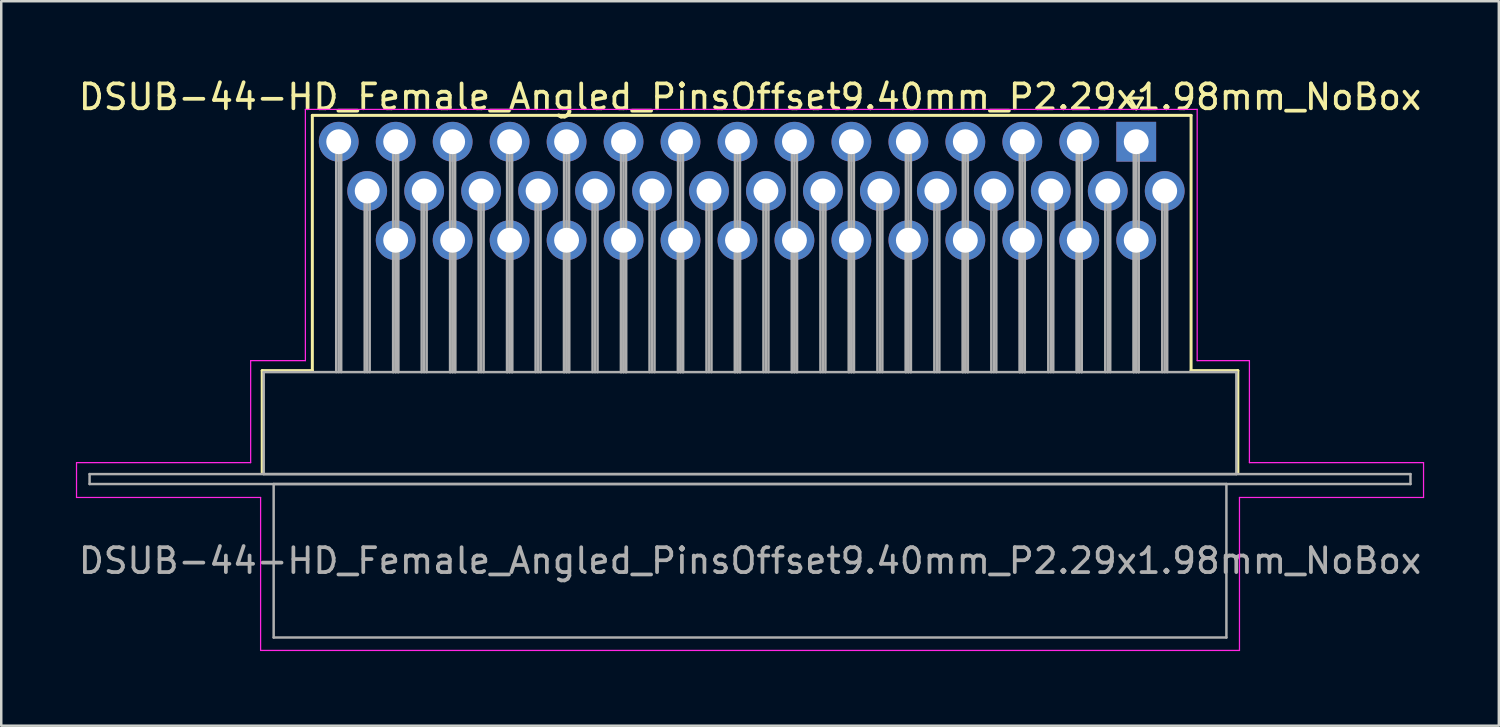
<source format=kicad_pcb>
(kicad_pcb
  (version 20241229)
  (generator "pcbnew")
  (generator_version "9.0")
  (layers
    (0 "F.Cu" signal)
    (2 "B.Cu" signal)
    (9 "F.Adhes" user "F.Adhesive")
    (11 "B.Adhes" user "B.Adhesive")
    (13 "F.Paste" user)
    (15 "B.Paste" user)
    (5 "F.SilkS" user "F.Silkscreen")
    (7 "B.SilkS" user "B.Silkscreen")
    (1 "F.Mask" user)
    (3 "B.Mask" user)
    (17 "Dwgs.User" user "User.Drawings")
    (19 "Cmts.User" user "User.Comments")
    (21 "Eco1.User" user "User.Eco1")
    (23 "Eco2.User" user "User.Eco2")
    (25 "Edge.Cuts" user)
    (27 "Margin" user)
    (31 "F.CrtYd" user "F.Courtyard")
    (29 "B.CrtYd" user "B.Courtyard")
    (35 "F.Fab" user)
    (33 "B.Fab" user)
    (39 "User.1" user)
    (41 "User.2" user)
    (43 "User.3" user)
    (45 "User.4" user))
  (footprint "DSUB-44-HD_Female_Angled_PinsOffset9.40mm_P2.29x1.98mm_NoBox"
    (layer "F.Cu")
    (at 42.626 2.648)
    (property "Reference" "DSUB-44-HD_Female_Angled_PinsOffset9.40mm_P2.29x1.98mm_NoBox" (at -15.525 -1.8 0) (layer "F.SilkS") (effects (font (size 1 1) (thickness 0.15))))
    (attr through_hole)
    (fp_line (start -35.135 9.2) (end -33.12 9.2) (stroke (width 0.12) (type solid)) (layer "F.SilkS"))
    (fp_line (start -35.135 13.3) (end -35.135 9.2) (stroke (width 0.12) (type solid)) (layer "F.SilkS"))
    (fp_line (start -33.12 -1.06) (end 2.205 -1.06) (stroke (width 0.12) (type solid)) (layer "F.SilkS"))
    (fp_line (start -33.12 9.2) (end -33.12 -1.06) (stroke (width 0.12) (type solid)) (layer "F.SilkS"))
    (fp_line (start -0.25 -1.754) (end 0.25 -1.754) (stroke (width 0.12) (type solid)) (layer "F.SilkS"))
    (fp_line (start 0 -1.321) (end -0.25 -1.754) (stroke (width 0.12) (type solid)) (layer "F.SilkS"))
    (fp_line (start 0.25 -1.754) (end 0 -1.321) (stroke (width 0.12) (type solid)) (layer "F.SilkS"))
    (fp_line (start 2.205 -1.06) (end 2.205 9.2) (stroke (width 0.12) (type solid)) (layer "F.SilkS"))
    (fp_line (start 2.205 9.2) (end 4.085 9.2) (stroke (width 0.12) (type solid)) (layer "F.SilkS"))
    (fp_line (start 4.085 9.2) (end 4.085 13.3) (stroke (width 0.12) (type solid)) (layer "F.SilkS"))
    (fp_line (start -42.6 12.9) (end -35.6 12.9) (stroke (width 0.05) (type solid)) (layer "F.CrtYd"))
    (fp_line (start -42.6 14.3) (end -42.6 12.9) (stroke (width 0.05) (type solid)) (layer "F.CrtYd"))
    (fp_line (start -35.6 8.8) (end -33.4 8.8) (stroke (width 0.05) (type solid)) (layer "F.CrtYd"))
    (fp_line (start -35.6 12.9) (end -35.6 8.8) (stroke (width 0.05) (type solid)) (layer "F.CrtYd"))
    (fp_line (start -35.2 14.3) (end -42.6 14.3) (stroke (width 0.05) (type solid)) (layer "F.CrtYd"))
    (fp_line (start -35.2 20.45) (end -35.2 14.3) (stroke (width 0.05) (type solid)) (layer "F.CrtYd"))
    (fp_line (start -33.4 -1.3) (end 2.45 -1.3) (stroke (width 0.05) (type solid)) (layer "F.CrtYd"))
    (fp_line (start -33.4 8.8) (end -33.4 -1.3) (stroke (width 0.05) (type solid)) (layer "F.CrtYd"))
    (fp_line (start 2.45 -1.3) (end 2.45 8.8) (stroke (width 0.05) (type solid)) (layer "F.CrtYd"))
    (fp_line (start 2.45 8.8) (end 4.55 8.8) (stroke (width 0.05) (type solid)) (layer "F.CrtYd"))
    (fp_line (start 4.15 14.3) (end 4.15 20.45) (stroke (width 0.05) (type solid)) (layer "F.CrtYd"))
    (fp_line (start 4.15 20.45) (end -35.2 20.45) (stroke (width 0.05) (type solid)) (layer "F.CrtYd"))
    (fp_line (start 4.55 8.8) (end 4.55 12.9) (stroke (width 0.05) (type solid)) (layer "F.CrtYd"))
    (fp_line (start 4.55 12.9) (end 11.55 12.9) (stroke (width 0.05) (type solid)) (layer "F.CrtYd"))
    (fp_line (start 11.55 12.9) (end 11.55 14.3) (stroke (width 0.05) (type solid)) (layer "F.CrtYd"))
    (fp_line (start 11.55 14.3) (end 4.15 14.3) (stroke (width 0.05) (type solid)) (layer "F.CrtYd"))
    (fp_line (start -42.075 13.36) (end -42.075 13.76) (stroke (width 0.1) (type solid)) (layer "F.Fab"))
    (fp_line (start -42.075 13.76) (end 11.025 13.76) (stroke (width 0.1) (type solid)) (layer "F.Fab"))
    (fp_line (start -35.075 9.26) (end -35.075 13.36) (stroke (width 0.1) (type solid)) (layer "F.Fab"))
    (fp_line (start -35.075 13.36) (end 4.025 13.36) (stroke (width 0.1) (type solid)) (layer "F.Fab"))
    (fp_line (start -34.675 13.76) (end -34.675 19.93) (stroke (width 0.1) (type solid)) (layer "F.Fab"))
    (fp_line (start -34.675 19.93) (end 3.625 19.93) (stroke (width 0.1) (type solid)) (layer "F.Fab"))
    (fp_line (start -32.16 0) (end -32.16 9.26) (stroke (width 0.1) (type solid)) (layer "F.Fab"))
    (fp_line (start -32.06 0) (end -32.06 9.26) (stroke (width 0.1) (type solid)) (layer "F.Fab"))
    (fp_line (start -31.96 0) (end -31.96 9.26) (stroke (width 0.1) (type solid)) (layer "F.Fab"))
    (fp_line (start -31.015 1.98) (end -31.015 9.26) (stroke (width 0.1) (type solid)) (layer "F.Fab"))
    (fp_line (start -30.915 1.98) (end -30.915 9.26) (stroke (width 0.1) (type solid)) (layer "F.Fab"))
    (fp_line (start -30.815 1.98) (end -30.815 9.26) (stroke (width 0.1) (type solid)) (layer "F.Fab"))
    (fp_line (start -29.87 0) (end -29.87 9.26) (stroke (width 0.1) (type solid)) (layer "F.Fab"))
    (fp_line (start -29.87 3.96) (end -29.87 9.26) (stroke (width 0.1) (type solid)) (layer "F.Fab"))
    (fp_line (start -29.77 0) (end -29.77 9.26) (stroke (width 0.1) (type solid)) (layer "F.Fab"))
    (fp_line (start -29.77 3.96) (end -29.77 9.26) (stroke (width 0.1) (type solid)) (layer "F.Fab"))
    (fp_line (start -29.67 0) (end -29.67 9.26) (stroke (width 0.1) (type solid)) (layer "F.Fab"))
    (fp_line (start -29.67 3.96) (end -29.67 9.26) (stroke (width 0.1) (type solid)) (layer "F.Fab"))
    (fp_line (start -28.725 1.98) (end -28.725 9.26) (stroke (width 0.1) (type solid)) (layer "F.Fab"))
    (fp_line (start -28.625 1.98) (end -28.625 9.26) (stroke (width 0.1) (type solid)) (layer "F.Fab"))
    (fp_line (start -28.525 1.98) (end -28.525 9.26) (stroke (width 0.1) (type solid)) (layer "F.Fab"))
    (fp_line (start -27.58 0) (end -27.58 9.26) (stroke (width 0.1) (type solid)) (layer "F.Fab"))
    (fp_line (start -27.58 3.96) (end -27.58 9.26) (stroke (width 0.1) (type solid)) (layer "F.Fab"))
    (fp_line (start -27.48 0) (end -27.48 9.26) (stroke (width 0.1) (type solid)) (layer "F.Fab"))
    (fp_line (start -27.48 3.96) (end -27.48 9.26) (stroke (width 0.1) (type solid)) (layer "F.Fab"))
    (fp_line (start -27.38 0) (end -27.38 9.26) (stroke (width 0.1) (type solid)) (layer "F.Fab"))
    (fp_line (start -27.38 3.96) (end -27.38 9.26) (stroke (width 0.1) (type solid)) (layer "F.Fab"))
    (fp_line (start -26.435 1.98) (end -26.435 9.26) (stroke (width 0.1) (type solid)) (layer "F.Fab"))
    (fp_line (start -26.335 1.98) (end -26.335 9.26) (stroke (width 0.1) (type solid)) (layer "F.Fab"))
    (fp_line (start -26.235 1.98) (end -26.235 9.26) (stroke (width 0.1) (type solid)) (layer "F.Fab"))
    (fp_line (start -25.29 0) (end -25.29 9.26) (stroke (width 0.1) (type solid)) (layer "F.Fab"))
    (fp_line (start -25.29 3.96) (end -25.29 9.26) (stroke (width 0.1) (type solid)) (layer "F.Fab"))
    (fp_line (start -25.19 0) (end -25.19 9.26) (stroke (width 0.1) (type solid)) (layer "F.Fab"))
    (fp_line (start -25.19 3.96) (end -25.19 9.26) (stroke (width 0.1) (type solid)) (layer "F.Fab"))
    (fp_line (start -25.09 0) (end -25.09 9.26) (stroke (width 0.1) (type solid)) (layer "F.Fab"))
    (fp_line (start -25.09 3.96) (end -25.09 9.26) (stroke (width 0.1) (type solid)) (layer "F.Fab"))
    (fp_line (start -24.145 1.98) (end -24.145 9.26) (stroke (width 0.1) (type solid)) (layer "F.Fab"))
    (fp_line (start -24.045 1.98) (end -24.045 9.26) (stroke (width 0.1) (type solid)) (layer "F.Fab"))
    (fp_line (start -23.945 1.98) (end -23.945 9.26) (stroke (width 0.1) (type solid)) (layer "F.Fab"))
    (fp_line (start -23 0) (end -23 9.26) (stroke (width 0.1) (type solid)) (layer "F.Fab"))
    (fp_line (start -23 3.96) (end -23 9.26) (stroke (width 0.1) (type solid)) (layer "F.Fab"))
    (fp_line (start -22.9 0) (end -22.9 9.26) (stroke (width 0.1) (type solid)) (layer "F.Fab"))
    (fp_line (start -22.9 3.96) (end -22.9 9.26) (stroke (width 0.1) (type solid)) (layer "F.Fab"))
    (fp_line (start -22.8 0) (end -22.8 9.26) (stroke (width 0.1) (type solid)) (layer "F.Fab"))
    (fp_line (start -22.8 3.96) (end -22.8 9.26) (stroke (width 0.1) (type solid)) (layer "F.Fab"))
    (fp_line (start -21.855 1.98) (end -21.855 9.26) (stroke (width 0.1) (type solid)) (layer "F.Fab"))
    (fp_line (start -21.755 1.98) (end -21.755 9.26) (stroke (width 0.1) (type solid)) (layer "F.Fab"))
    (fp_line (start -21.655 1.98) (end -21.655 9.26) (stroke (width 0.1) (type solid)) (layer "F.Fab"))
    (fp_line (start -20.71 0) (end -20.71 9.26) (stroke (width 0.1) (type solid)) (layer "F.Fab"))
    (fp_line (start -20.71 3.96) (end -20.71 9.26) (stroke (width 0.1) (type solid)) (layer "F.Fab"))
    (fp_line (start -20.61 0) (end -20.61 9.26) (stroke (width 0.1) (type solid)) (layer "F.Fab"))
    (fp_line (start -20.61 3.96) (end -20.61 9.26) (stroke (width 0.1) (type solid)) (layer "F.Fab"))
    (fp_line (start -20.51 0) (end -20.51 9.26) (stroke (width 0.1) (type solid)) (layer "F.Fab"))
    (fp_line (start -20.51 3.96) (end -20.51 9.26) (stroke (width 0.1) (type solid)) (layer "F.Fab"))
    (fp_line (start -19.565 1.98) (end -19.565 9.26) (stroke (width 0.1) (type solid)) (layer "F.Fab"))
    (fp_line (start -19.465 1.98) (end -19.465 9.26) (stroke (width 0.1) (type solid)) (layer "F.Fab"))
    (fp_line (start -19.365 1.98) (end -19.365 9.26) (stroke (width 0.1) (type solid)) (layer "F.Fab"))
    (fp_line (start -18.42 0) (end -18.42 9.26) (stroke (width 0.1) (type solid)) (layer "F.Fab"))
    (fp_line (start -18.42 3.96) (end -18.42 9.26) (stroke (width 0.1) (type solid)) (layer "F.Fab"))
    (fp_line (start -18.32 0) (end -18.32 9.26) (stroke (width 0.1) (type solid)) (layer "F.Fab"))
    (fp_line (start -18.32 3.96) (end -18.32 9.26) (stroke (width 0.1) (type solid)) (layer "F.Fab"))
    (fp_line (start -18.22 0) (end -18.22 9.26) (stroke (width 0.1) (type solid)) (layer "F.Fab"))
    (fp_line (start -18.22 3.96) (end -18.22 9.26) (stroke (width 0.1) (type solid)) (layer "F.Fab"))
    (fp_line (start -17.275 1.98) (end -17.275 9.26) (stroke (width 0.1) (type solid)) (layer "F.Fab"))
    (fp_line (start -17.175 1.98) (end -17.175 9.26) (stroke (width 0.1) (type solid)) (layer "F.Fab"))
    (fp_line (start -17.075 1.98) (end -17.075 9.26) (stroke (width 0.1) (type solid)) (layer "F.Fab"))
    (fp_line (start -16.13 0) (end -16.13 9.26) (stroke (width 0.1) (type solid)) (layer "F.Fab"))
    (fp_line (start -16.13 3.96) (end -16.13 9.26) (stroke (width 0.1) (type solid)) (layer "F.Fab"))
    (fp_line (start -16.03 0) (end -16.03 9.26) (stroke (width 0.1) (type solid)) (layer "F.Fab"))
    (fp_line (start -16.03 3.96) (end -16.03 9.26) (stroke (width 0.1) (type solid)) (layer "F.Fab"))
    (fp_line (start -15.93 0) (end -15.93 9.26) (stroke (width 0.1) (type solid)) (layer "F.Fab"))
    (fp_line (start -15.93 3.96) (end -15.93 9.26) (stroke (width 0.1) (type solid)) (layer "F.Fab"))
    (fp_line (start -14.985 1.98) (end -14.985 9.26) (stroke (width 0.1) (type solid)) (layer "F.Fab"))
    (fp_line (start -14.885 1.98) (end -14.885 9.26) (stroke (width 0.1) (type solid)) (layer "F.Fab"))
    (fp_line (start -14.785 1.98) (end -14.785 9.26) (stroke (width 0.1) (type solid)) (layer "F.Fab"))
    (fp_line (start -13.84 0) (end -13.84 9.26) (stroke (width 0.1) (type solid)) (layer "F.Fab"))
    (fp_line (start -13.84 3.96) (end -13.84 9.26) (stroke (width 0.1) (type solid)) (layer "F.Fab"))
    (fp_line (start -13.74 0) (end -13.74 9.26) (stroke (width 0.1) (type solid)) (layer "F.Fab"))
    (fp_line (start -13.74 3.96) (end -13.74 9.26) (stroke (width 0.1) (type solid)) (layer "F.Fab"))
    (fp_line (start -13.64 0) (end -13.64 9.26) (stroke (width 0.1) (type solid)) (layer "F.Fab"))
    (fp_line (start -13.64 3.96) (end -13.64 9.26) (stroke (width 0.1) (type solid)) (layer "F.Fab"))
    (fp_line (start -12.695 1.98) (end -12.695 9.26) (stroke (width 0.1) (type solid)) (layer "F.Fab"))
    (fp_line (start -12.595 1.98) (end -12.595 9.26) (stroke (width 0.1) (type solid)) (layer "F.Fab"))
    (fp_line (start -12.495 1.98) (end -12.495 9.26) (stroke (width 0.1) (type solid)) (layer "F.Fab"))
    (fp_line (start -11.55 0) (end -11.55 9.26) (stroke (width 0.1) (type solid)) (layer "F.Fab"))
    (fp_line (start -11.55 3.96) (end -11.55 9.26) (stroke (width 0.1) (type solid)) (layer "F.Fab"))
    (fp_line (start -11.45 0) (end -11.45 9.26) (stroke (width 0.1) (type solid)) (layer "F.Fab"))
    (fp_line (start -11.45 3.96) (end -11.45 9.26) (stroke (width 0.1) (type solid)) (layer "F.Fab"))
    (fp_line (start -11.35 0) (end -11.35 9.26) (stroke (width 0.1) (type solid)) (layer "F.Fab"))
    (fp_line (start -11.35 3.96) (end -11.35 9.26) (stroke (width 0.1) (type solid)) (layer "F.Fab"))
    (fp_line (start -10.405 1.98) (end -10.405 9.26) (stroke (width 0.1) (type solid)) (layer "F.Fab"))
    (fp_line (start -10.305 1.98) (end -10.305 9.26) (stroke (width 0.1) (type solid)) (layer "F.Fab"))
    (fp_line (start -10.205 1.98) (end -10.205 9.26) (stroke (width 0.1) (type solid)) (layer "F.Fab"))
    (fp_line (start -9.26 0) (end -9.26 9.26) (stroke (width 0.1) (type solid)) (layer "F.Fab"))
    (fp_line (start -9.26 3.96) (end -9.26 9.26) (stroke (width 0.1) (type solid)) (layer "F.Fab"))
    (fp_line (start -9.16 0) (end -9.16 9.26) (stroke (width 0.1) (type solid)) (layer "F.Fab"))
    (fp_line (start -9.16 3.96) (end -9.16 9.26) (stroke (width 0.1) (type solid)) (layer "F.Fab"))
    (fp_line (start -9.06 0) (end -9.06 9.26) (stroke (width 0.1) (type solid)) (layer "F.Fab"))
    (fp_line (start -9.06 3.96) (end -9.06 9.26) (stroke (width 0.1) (type solid)) (layer "F.Fab"))
    (fp_line (start -8.115 1.98) (end -8.115 9.26) (stroke (width 0.1) (type solid)) (layer "F.Fab"))
    (fp_line (start -8.015 1.98) (end -8.015 9.26) (stroke (width 0.1) (type solid)) (layer "F.Fab"))
    (fp_line (start -7.915 1.98) (end -7.915 9.26) (stroke (width 0.1) (type solid)) (layer "F.Fab"))
    (fp_line (start -6.97 0) (end -6.97 9.26) (stroke (width 0.1) (type solid)) (layer "F.Fab"))
    (fp_line (start -6.97 3.96) (end -6.97 9.26) (stroke (width 0.1) (type solid)) (layer "F.Fab"))
    (fp_line (start -6.87 0) (end -6.87 9.26) (stroke (width 0.1) (type solid)) (layer "F.Fab"))
    (fp_line (start -6.87 3.96) (end -6.87 9.26) (stroke (width 0.1) (type solid)) (layer "F.Fab"))
    (fp_line (start -6.77 0) (end -6.77 9.26) (stroke (width 0.1) (type solid)) (layer "F.Fab"))
    (fp_line (start -6.77 3.96) (end -6.77 9.26) (stroke (width 0.1) (type solid)) (layer "F.Fab"))
    (fp_line (start -5.825 1.98) (end -5.825 9.26) (stroke (width 0.1) (type solid)) (layer "F.Fab"))
    (fp_line (start -5.725 1.98) (end -5.725 9.26) (stroke (width 0.1) (type solid)) (layer "F.Fab"))
    (fp_line (start -5.625 1.98) (end -5.625 9.26) (stroke (width 0.1) (type solid)) (layer "F.Fab"))
    (fp_line (start -4.68 0) (end -4.68 9.26) (stroke (width 0.1) (type solid)) (layer "F.Fab"))
    (fp_line (start -4.68 3.96) (end -4.68 9.26) (stroke (width 0.1) (type solid)) (layer "F.Fab"))
    (fp_line (start -4.58 0) (end -4.58 9.26) (stroke (width 0.1) (type solid)) (layer "F.Fab"))
    (fp_line (start -4.58 3.96) (end -4.58 9.26) (stroke (width 0.1) (type solid)) (layer "F.Fab"))
    (fp_line (start -4.48 0) (end -4.48 9.26) (stroke (width 0.1) (type solid)) (layer "F.Fab"))
    (fp_line (start -4.48 3.96) (end -4.48 9.26) (stroke (width 0.1) (type solid)) (layer "F.Fab"))
    (fp_line (start -3.535 1.98) (end -3.535 9.26) (stroke (width 0.1) (type solid)) (layer "F.Fab"))
    (fp_line (start -3.435 1.98) (end -3.435 9.26) (stroke (width 0.1) (type solid)) (layer "F.Fab"))
    (fp_line (start -3.335 1.98) (end -3.335 9.26) (stroke (width 0.1) (type solid)) (layer "F.Fab"))
    (fp_line (start -2.39 0) (end -2.39 9.26) (stroke (width 0.1) (type solid)) (layer "F.Fab"))
    (fp_line (start -2.39 3.96) (end -2.39 9.26) (stroke (width 0.1) (type solid)) (layer "F.Fab"))
    (fp_line (start -2.29 0) (end -2.29 9.26) (stroke (width 0.1) (type solid)) (layer "F.Fab"))
    (fp_line (start -2.29 3.96) (end -2.29 9.26) (stroke (width 0.1) (type solid)) (layer "F.Fab"))
    (fp_line (start -2.19 0) (end -2.19 9.26) (stroke (width 0.1) (type solid)) (layer "F.Fab"))
    (fp_line (start -2.19 3.96) (end -2.19 9.26) (stroke (width 0.1) (type solid)) (layer "F.Fab"))
    (fp_line (start -1.245 1.98) (end -1.245 9.26) (stroke (width 0.1) (type solid)) (layer "F.Fab"))
    (fp_line (start -1.145 1.98) (end -1.145 9.26) (stroke (width 0.1) (type solid)) (layer "F.Fab"))
    (fp_line (start -1.045 1.98) (end -1.045 9.26) (stroke (width 0.1) (type solid)) (layer "F.Fab"))
    (fp_line (start -0.1 0) (end -0.1 9.26) (stroke (width 0.1) (type solid)) (layer "F.Fab"))
    (fp_line (start -0.1 3.96) (end -0.1 9.26) (stroke (width 0.1) (type solid)) (layer "F.Fab"))
    (fp_line (start 0 0) (end 0 9.26) (stroke (width 0.1) (type solid)) (layer "F.Fab"))
    (fp_line (start 0 3.96) (end 0 9.26) (stroke (width 0.1) (type solid)) (layer "F.Fab"))
    (fp_line (start 0.1 0) (end 0.1 9.26) (stroke (width 0.1) (type solid)) (layer "F.Fab"))
    (fp_line (start 0.1 3.96) (end 0.1 9.26) (stroke (width 0.1) (type solid)) (layer "F.Fab"))
    (fp_line (start 1.045 1.98) (end 1.045 9.26) (stroke (width 0.1) (type solid)) (layer "F.Fab"))
    (fp_line (start 1.145 1.98) (end 1.145 9.26) (stroke (width 0.1) (type solid)) (layer "F.Fab"))
    (fp_line (start 1.245 1.98) (end 1.245 9.26) (stroke (width 0.1) (type solid)) (layer "F.Fab"))
    (fp_line (start 3.625 13.76) (end -34.675 13.76) (stroke (width 0.1) (type solid)) (layer "F.Fab"))
    (fp_line (start 3.625 19.93) (end 3.625 13.76) (stroke (width 0.1) (type solid)) (layer "F.Fab"))
    (fp_line (start 4.025 9.26) (end -35.075 9.26) (stroke (width 0.1) (type solid)) (layer "F.Fab"))
    (fp_line (start 4.025 13.36) (end 4.025 9.26) (stroke (width 0.1) (type solid)) (layer "F.Fab"))
    (fp_line (start 11.025 13.36) (end -42.075 13.36) (stroke (width 0.1) (type solid)) (layer "F.Fab"))
    (fp_line (start 11.025 13.76) (end 11.025 13.36) (stroke (width 0.1) (type solid)) (layer "F.Fab"))
    (fp_text user "${REFERENCE}" (at -15.525 16.845 0) (layer "F.Fab") (effects (font (size 1 1) (thickness 0.15))))
    (pad "1" thru_hole rect (at 0 0) (size 1.6 1.6) (drill 1) (layers "*.Cu" "*.Mask"))
    (pad "2" thru_hole circle (at -2.29 0) (size 1.6 1.6) (drill 1) (layers "*.Cu" "*.Mask"))
    (pad "3" thru_hole circle (at -4.58 0) (size 1.6 1.6) (drill 1) (layers "*.Cu" "*.Mask"))
    (pad "4" thru_hole circle (at -6.87 0) (size 1.6 1.6) (drill 1) (layers "*.Cu" "*.Mask"))
    (pad "5" thru_hole circle (at -9.16 0) (size 1.6 1.6) (drill 1) (layers "*.Cu" "*.Mask"))
    (pad "6" thru_hole circle (at -11.45 0) (size 1.6 1.6) (drill 1) (layers "*.Cu" "*.Mask"))
    (pad "7" thru_hole circle (at -13.74 0) (size 1.6 1.6) (drill 1) (layers "*.Cu" "*.Mask"))
    (pad "8" thru_hole circle (at -16.03 0) (size 1.6 1.6) (drill 1) (layers "*.Cu" "*.Mask"))
    (pad "9" thru_hole circle (at -18.32 0) (size 1.6 1.6) (drill 1) (layers "*.Cu" "*.Mask"))
    (pad "10" thru_hole circle (at -20.61 0) (size 1.6 1.6) (drill 1) (layers "*.Cu" "*.Mask"))
    (pad "11" thru_hole circle (at -22.9 0) (size 1.6 1.6) (drill 1) (layers "*.Cu" "*.Mask"))
    (pad "12" thru_hole circle (at -25.19 0) (size 1.6 1.6) (drill 1) (layers "*.Cu" "*.Mask"))
    (pad "13" thru_hole circle (at -27.48 0) (size 1.6 1.6) (drill 1) (layers "*.Cu" "*.Mask"))
    (pad "14" thru_hole circle (at -29.77 0) (size 1.6 1.6) (drill 1) (layers "*.Cu" "*.Mask"))
    (pad "15" thru_hole circle (at -32.06 0) (size 1.6 1.6) (drill 1) (layers "*.Cu" "*.Mask"))
    (pad "16" thru_hole circle (at 1.145 1.98) (size 1.6 1.6) (drill 1) (layers "*.Cu" "*.Mask"))
    (pad "17" thru_hole circle (at -1.145 1.98) (size 1.6 1.6) (drill 1) (layers "*.Cu" "*.Mask"))
    (pad "18" thru_hole circle (at -3.435 1.98) (size 1.6 1.6) (drill 1) (layers "*.Cu" "*.Mask"))
    (pad "19" thru_hole circle (at -5.725 1.98) (size 1.6 1.6) (drill 1) (layers "*.Cu" "*.Mask"))
    (pad "20" thru_hole circle (at -8.015 1.98) (size 1.6 1.6) (drill 1) (layers "*.Cu" "*.Mask"))
    (pad "21" thru_hole circle (at -10.305 1.98) (size 1.6 1.6) (drill 1) (layers "*.Cu" "*.Mask"))
    (pad "22" thru_hole circle (at -12.595 1.98) (size 1.6 1.6) (drill 1) (layers "*.Cu" "*.Mask"))
    (pad "23" thru_hole circle (at -14.885 1.98) (size 1.6 1.6) (drill 1) (layers "*.Cu" "*.Mask"))
    (pad "24" thru_hole circle (at -17.175 1.98) (size 1.6 1.6) (drill 1) (layers "*.Cu" "*.Mask"))
    (pad "25" thru_hole circle (at -19.465 1.98) (size 1.6 1.6) (drill 1) (layers "*.Cu" "*.Mask"))
    (pad "26" thru_hole circle (at -21.755 1.98) (size 1.6 1.6) (drill 1) (layers "*.Cu" "*.Mask"))
    (pad "27" thru_hole circle (at -24.045 1.98) (size 1.6 1.6) (drill 1) (layers "*.Cu" "*.Mask"))
    (pad "28" thru_hole circle (at -26.335 1.98) (size 1.6 1.6) (drill 1) (layers "*.Cu" "*.Mask"))
    (pad "29" thru_hole circle (at -28.625 1.98) (size 1.6 1.6) (drill 1) (layers "*.Cu" "*.Mask"))
    (pad "30" thru_hole circle (at -30.915 1.98) (size 1.6 1.6) (drill 1) (layers "*.Cu" "*.Mask"))
    (pad "31" thru_hole circle (at 0 3.96) (size 1.6 1.6) (drill 1) (layers "*.Cu" "*.Mask"))
    (pad "32" thru_hole circle (at -2.29 3.96) (size 1.6 1.6) (drill 1) (layers "*.Cu" "*.Mask"))
    (pad "33" thru_hole circle (at -4.58 3.96) (size 1.6 1.6) (drill 1) (layers "*.Cu" "*.Mask"))
    (pad "34" thru_hole circle (at -6.87 3.96) (size 1.6 1.6) (drill 1) (layers "*.Cu" "*.Mask"))
    (pad "35" thru_hole circle (at -9.16 3.96) (size 1.6 1.6) (drill 1) (layers "*.Cu" "*.Mask"))
    (pad "36" thru_hole circle (at -11.45 3.96) (size 1.6 1.6) (drill 1) (layers "*.Cu" "*.Mask"))
    (pad "37" thru_hole circle (at -13.74 3.96) (size 1.6 1.6) (drill 1) (layers "*.Cu" "*.Mask"))
    (pad "38" thru_hole circle (at -16.03 3.96) (size 1.6 1.6) (drill 1) (layers "*.Cu" "*.Mask"))
    (pad "39" thru_hole circle (at -18.32 3.96) (size 1.6 1.6) (drill 1) (layers "*.Cu" "*.Mask"))
    (pad "40" thru_hole circle (at -20.61 3.96) (size 1.6 1.6) (drill 1) (layers "*.Cu" "*.Mask"))
    (pad "41" thru_hole circle (at -22.9 3.96) (size 1.6 1.6) (drill 1) (layers "*.Cu" "*.Mask"))
    (pad "42" thru_hole circle (at -25.19 3.96) (size 1.6 1.6) (drill 1) (layers "*.Cu" "*.Mask"))
    (pad "43" thru_hole circle (at -27.48 3.96) (size 1.6 1.6) (drill 1) (layers "*.Cu" "*.Mask"))
    (pad "44" thru_hole circle (at -29.77 3.96) (size 1.6 1.6) (drill 1) (layers "*.Cu" "*.Mask")))
  (gr_rect
    (start -3 -3)
    (end 57.202 26.123)
    (stroke (width 0.1) (type default))
    (fill no)
    (layer "Edge.Cuts")))
</source>
